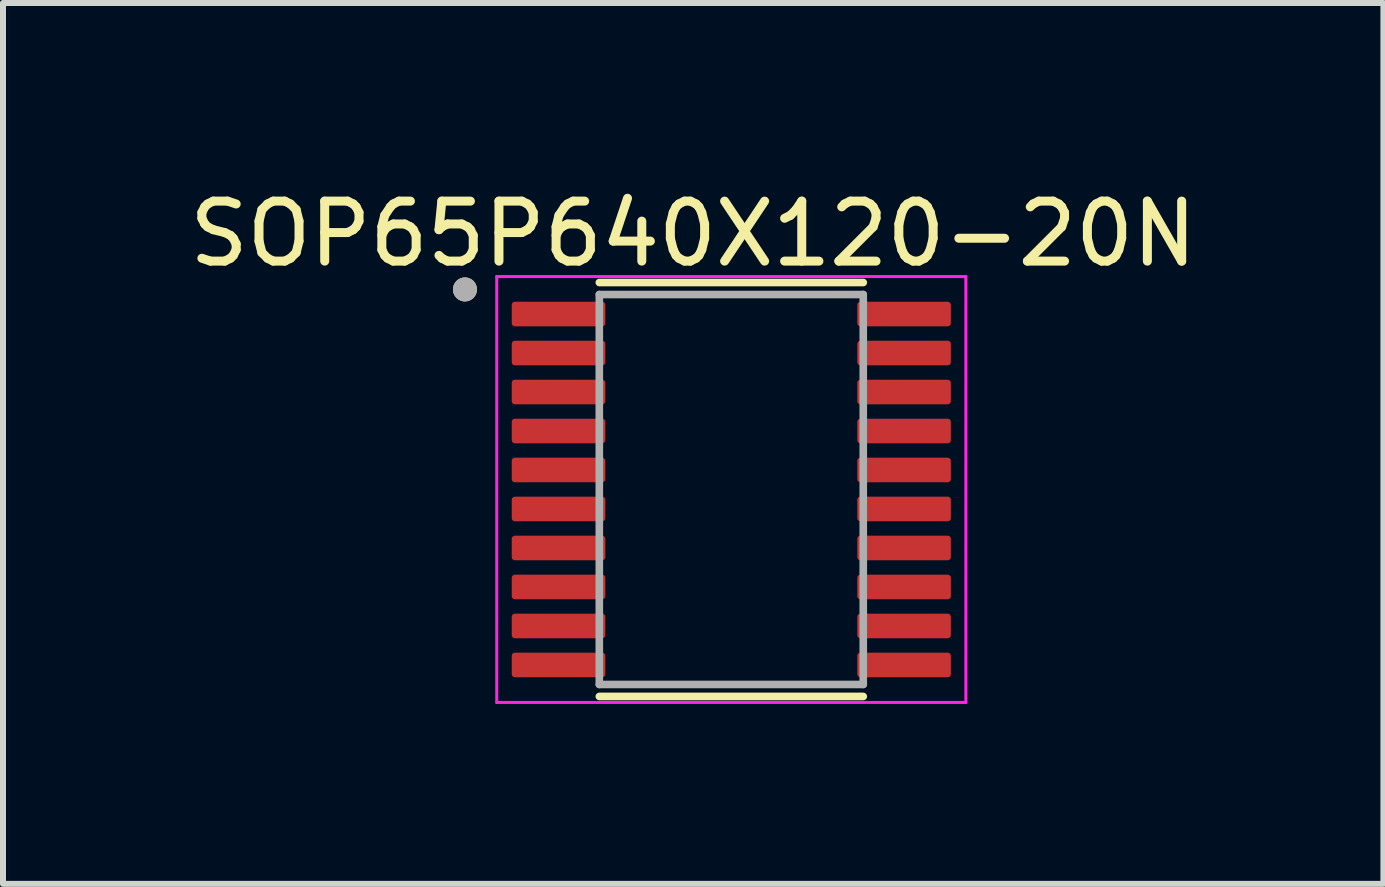
<source format=kicad_pcb>
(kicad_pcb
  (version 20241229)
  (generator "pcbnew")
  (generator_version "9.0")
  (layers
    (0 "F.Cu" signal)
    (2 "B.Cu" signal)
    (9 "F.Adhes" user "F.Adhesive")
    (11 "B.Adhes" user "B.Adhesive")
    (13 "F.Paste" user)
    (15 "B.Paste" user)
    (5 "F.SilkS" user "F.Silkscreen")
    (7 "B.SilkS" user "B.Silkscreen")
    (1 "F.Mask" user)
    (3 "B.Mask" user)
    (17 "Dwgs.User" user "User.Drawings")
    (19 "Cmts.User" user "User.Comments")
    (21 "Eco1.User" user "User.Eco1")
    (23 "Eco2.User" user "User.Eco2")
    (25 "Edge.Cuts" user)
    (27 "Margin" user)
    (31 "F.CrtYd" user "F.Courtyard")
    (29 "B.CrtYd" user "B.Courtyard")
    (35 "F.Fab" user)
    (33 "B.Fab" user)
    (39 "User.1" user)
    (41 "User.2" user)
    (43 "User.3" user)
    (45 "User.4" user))
  (footprint "SOP65P640X120-20N"
    (layer "F.Cu")
    (at 9.141 5.11)
    (property "Reference" "SOP65P640X120-20N" (at -0.635 -4.262 0) (layer "F.SilkS") (effects (font (size 1 1) (thickness 0.15))))
    (attr smd)
    (fp_line (start -2.2 -3.45) (end 2.2 -3.45) (stroke (width 0.127) (type solid)) (layer "F.SilkS"))
    (fp_line (start -2.2 3.45) (end 2.2 3.45) (stroke (width 0.127) (type solid)) (layer "F.SilkS"))
    (fp_circle (center -4.44 -3.335) (end -4.34 -3.335) (stroke (width 0.2) (type solid)) (fill no) (layer "F.SilkS"))
    (fp_line (start -3.91 -3.55) (end -3.91 3.55) (stroke (width 0.05) (type solid)) (layer "F.CrtYd"))
    (fp_line (start -3.91 -3.55) (end 3.91 -3.55) (stroke (width 0.05) (type solid)) (layer "F.CrtYd"))
    (fp_line (start -3.91 3.55) (end 3.91 3.55) (stroke (width 0.05) (type solid)) (layer "F.CrtYd"))
    (fp_line (start 3.91 -3.55) (end 3.91 3.55) (stroke (width 0.05) (type solid)) (layer "F.CrtYd"))
    (fp_line (start -2.2 -3.25) (end -2.2 3.25) (stroke (width 0.127) (type solid)) (layer "F.Fab"))
    (fp_line (start -2.2 -3.25) (end 2.2 -3.25) (stroke (width 0.127) (type solid)) (layer "F.Fab"))
    (fp_line (start -2.2 3.25) (end 2.2 3.25) (stroke (width 0.127) (type solid)) (layer "F.Fab"))
    (fp_line (start 2.2 -3.25) (end 2.2 3.25) (stroke (width 0.127) (type solid)) (layer "F.Fab"))
    (fp_circle (center -4.44 -3.335) (end -4.34 -3.335) (stroke (width 0.2) (type solid)) (fill no) (layer "F.Fab"))
    (pad "1" smd roundrect (at -2.88 -2.925) (size 1.56 0.41) (layers "F.Cu" "F.Mask" "F.Paste") (roundrect_rratio 0.125))
    (pad "2" smd roundrect (at -2.88 -2.275) (size 1.56 0.41) (layers "F.Cu" "F.Mask" "F.Paste") (roundrect_rratio 0.125))
    (pad "3" smd roundrect (at -2.88 -1.625) (size 1.56 0.41) (layers "F.Cu" "F.Mask" "F.Paste") (roundrect_rratio 0.125))
    (pad "4" smd roundrect (at -2.88 -0.975) (size 1.56 0.41) (layers "F.Cu" "F.Mask" "F.Paste") (roundrect_rratio 0.125))
    (pad "5" smd roundrect (at -2.88 -0.325) (size 1.56 0.41) (layers "F.Cu" "F.Mask" "F.Paste") (roundrect_rratio 0.125))
    (pad "6" smd roundrect (at -2.88 0.325) (size 1.56 0.41) (layers "F.Cu" "F.Mask" "F.Paste") (roundrect_rratio 0.125))
    (pad "7" smd roundrect (at -2.88 0.975) (size 1.56 0.41) (layers "F.Cu" "F.Mask" "F.Paste") (roundrect_rratio 0.125))
    (pad "8" smd roundrect (at -2.88 1.625) (size 1.56 0.41) (layers "F.Cu" "F.Mask" "F.Paste") (roundrect_rratio 0.125))
    (pad "9" smd roundrect (at -2.88 2.275) (size 1.56 0.41) (layers "F.Cu" "F.Mask" "F.Paste") (roundrect_rratio 0.125))
    (pad "10" smd roundrect (at -2.88 2.925) (size 1.56 0.41) (layers "F.Cu" "F.Mask" "F.Paste") (roundrect_rratio 0.125))
    (pad "11" smd roundrect (at 2.88 2.925) (size 1.56 0.41) (layers "F.Cu" "F.Mask" "F.Paste") (roundrect_rratio 0.125))
    (pad "12" smd roundrect (at 2.88 2.275) (size 1.56 0.41) (layers "F.Cu" "F.Mask" "F.Paste") (roundrect_rratio 0.125))
    (pad "13" smd roundrect (at 2.88 1.625) (size 1.56 0.41) (layers "F.Cu" "F.Mask" "F.Paste") (roundrect_rratio 0.125))
    (pad "14" smd roundrect (at 2.88 0.975) (size 1.56 0.41) (layers "F.Cu" "F.Mask" "F.Paste") (roundrect_rratio 0.125))
    (pad "15" smd roundrect (at 2.88 0.325) (size 1.56 0.41) (layers "F.Cu" "F.Mask" "F.Paste") (roundrect_rratio 0.125))
    (pad "16" smd roundrect (at 2.88 -0.325) (size 1.56 0.41) (layers "F.Cu" "F.Mask" "F.Paste") (roundrect_rratio 0.125))
    (pad "17" smd roundrect (at 2.88 -0.975) (size 1.56 0.41) (layers "F.Cu" "F.Mask" "F.Paste") (roundrect_rratio 0.125))
    (pad "18" smd roundrect (at 2.88 -1.625) (size 1.56 0.41) (layers "F.Cu" "F.Mask" "F.Paste") (roundrect_rratio 0.125))
    (pad "19" smd roundrect (at 2.88 -2.275) (size 1.56 0.41) (layers "F.Cu" "F.Mask" "F.Paste") (roundrect_rratio 0.125))
    (pad "20" smd roundrect (at 2.88 -2.925) (size 1.56 0.41) (layers "F.Cu" "F.Mask" "F.Paste") (roundrect_rratio 0.125)))
  (gr_rect
    (start -3 -3)
    (end 20.012 11.685)
    (stroke (width 0.1) (type default))
    (fill no)
    (layer "Edge.Cuts")))
</source>
